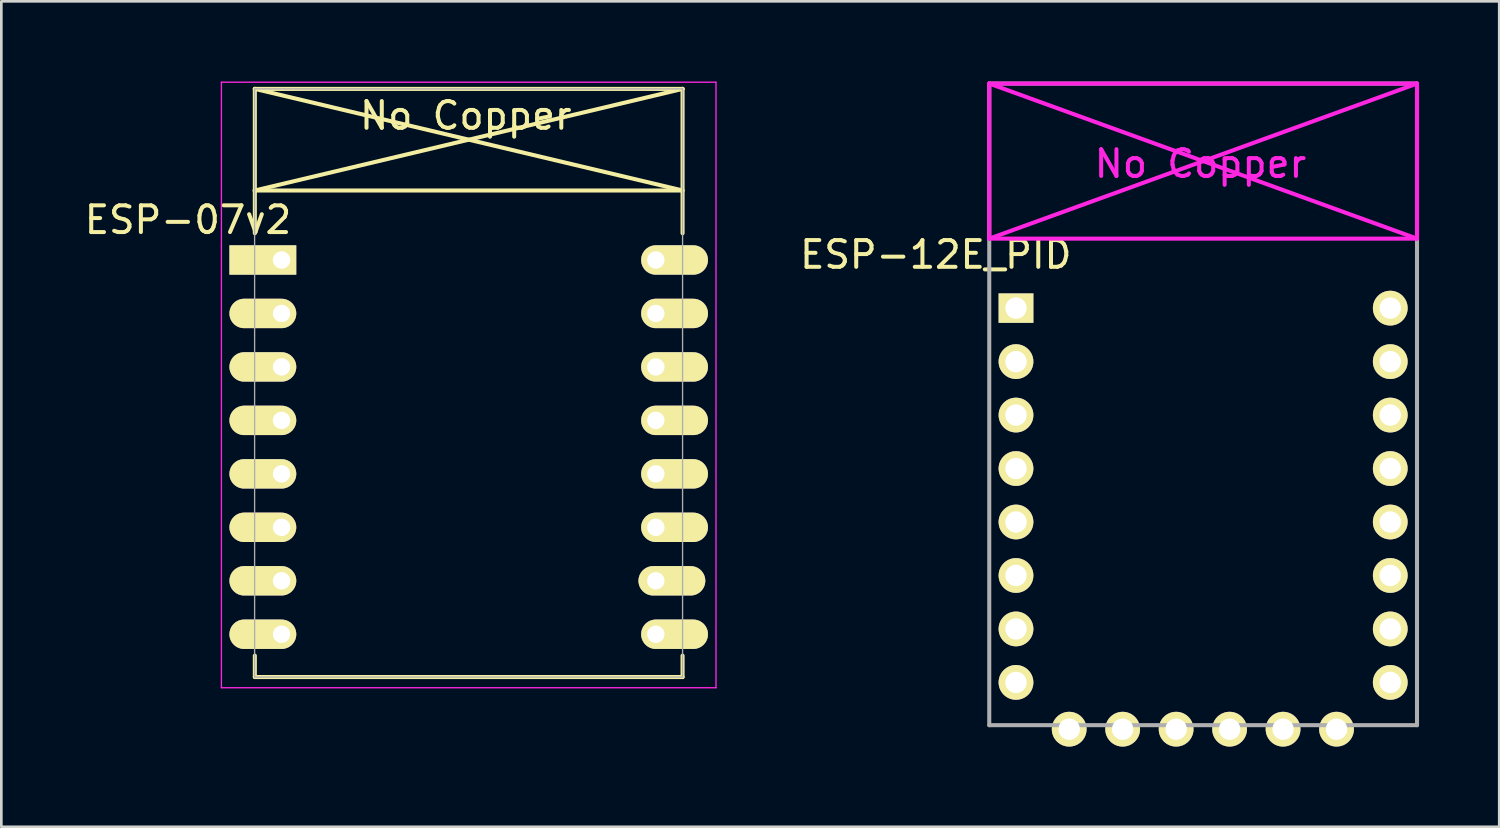
<source format=kicad_pcb>
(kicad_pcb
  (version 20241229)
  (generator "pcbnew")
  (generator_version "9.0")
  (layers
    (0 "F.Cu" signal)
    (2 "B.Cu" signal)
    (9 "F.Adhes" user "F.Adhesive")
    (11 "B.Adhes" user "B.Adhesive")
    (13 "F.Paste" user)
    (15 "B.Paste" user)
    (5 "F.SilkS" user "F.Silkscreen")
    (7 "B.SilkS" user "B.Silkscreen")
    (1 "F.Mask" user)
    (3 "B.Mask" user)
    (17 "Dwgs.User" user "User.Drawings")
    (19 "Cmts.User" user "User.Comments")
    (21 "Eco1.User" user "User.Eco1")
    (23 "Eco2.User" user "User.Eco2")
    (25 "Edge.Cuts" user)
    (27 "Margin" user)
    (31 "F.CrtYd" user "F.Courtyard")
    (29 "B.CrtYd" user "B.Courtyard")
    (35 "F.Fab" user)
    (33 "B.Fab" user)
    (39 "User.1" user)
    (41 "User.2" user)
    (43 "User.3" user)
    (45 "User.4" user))
  (footprint "ESP-12E_PID"
    (layer "F.Cu")
    (at 33.954 8.476)
    (property "Reference" "ESP-12E_PID" (at -2 -2 0) (layer "F.SilkS") (effects (font (size 1 1) (thickness 0.15))))
    (attr through_hole)
    (fp_line (start 0 -8.4) (end 0 -2.6) (stroke (width 0.152) (type solid)) (layer "F.CrtYd"))
    (fp_line (start 0 -8.4) (end 16 -2.6) (stroke (width 0.152) (type solid)) (layer "F.CrtYd"))
    (fp_line (start 0 -2.6) (end 16 -2.6) (stroke (width 0.152) (type solid)) (layer "F.CrtYd"))
    (fp_line (start 16 -8.4) (end 0 -8.4) (stroke (width 0.152) (type solid)) (layer "F.CrtYd"))
    (fp_line (start 16 -8.4) (end 0 -2.6) (stroke (width 0.152) (type solid)) (layer "F.CrtYd"))
    (fp_line (start 16 -2.6) (end 16 -8.4) (stroke (width 0.152) (type solid)) (layer "F.CrtYd"))
    (fp_line (start 0 -8.4) (end 16 -8.4) (stroke (width 0.152) (type solid)) (layer "F.Fab"))
    (fp_line (start 0 15.6) (end 0 -8.4) (stroke (width 0.152) (type solid)) (layer "F.Fab"))
    (fp_line (start 16 -8.4) (end 16 15.6) (stroke (width 0.152) (type solid)) (layer "F.Fab"))
    (fp_line (start 16 15.6) (end 0 15.6) (stroke (width 0.152) (type solid)) (layer "F.Fab"))
    (fp_text user "No Copper" (at 7.9 -5.4 0) (layer "F.CrtYd") (effects (font (size 1 1) (thickness 0.15))))
    (pad "1" thru_hole rect (at 1 0) (size 1.3 1.1) (drill 0.8) (layers "*.Cu" "*.Mask" "F.SilkS"))
    (pad "2" thru_hole circle (at 1 2) (size 1.3 1.3) (drill 0.8) (layers "*.Cu" "*.Mask" "F.SilkS"))
    (pad "3" thru_hole circle (at 1 4) (size 1.3 1.3) (drill 0.8) (layers "*.Cu" "*.Mask" "F.SilkS"))
    (pad "4" thru_hole circle (at 1 6) (size 1.3 1.3) (drill 0.8) (layers "*.Cu" "*.Mask" "F.SilkS"))
    (pad "5" thru_hole circle (at 1 8) (size 1.3 1.3) (drill 0.8) (layers "*.Cu" "*.Mask" "F.SilkS"))
    (pad "6" thru_hole circle (at 1 10) (size 1.3 1.3) (drill 0.8) (layers "*.Cu" "*.Mask" "F.SilkS"))
    (pad "7" thru_hole circle (at 1 12) (size 1.3 1.3) (drill 0.8) (layers "*.Cu" "*.Mask" "F.SilkS"))
    (pad "8" thru_hole circle (at 1 14) (size 1.3 1.3) (drill 0.8) (layers "*.Cu" "*.Mask" "F.SilkS"))
    (pad "9" thru_hole circle (at 2.99 15.75 90) (size 1.3 1.3) (drill 0.8) (layers "*.Cu" "*.Mask" "F.SilkS"))
    (pad "10" thru_hole circle (at 4.99 15.75 90) (size 1.3 1.3) (drill 0.8) (layers "*.Cu" "*.Mask" "F.SilkS"))
    (pad "11" thru_hole circle (at 6.99 15.75 90) (size 1.3 1.3) (drill 0.8) (layers "*.Cu" "*.Mask" "F.SilkS"))
    (pad "12" thru_hole circle (at 8.99 15.75 90) (size 1.3 1.3) (drill 0.8) (layers "*.Cu" "*.Mask" "F.SilkS"))
    (pad "13" thru_hole circle (at 10.99 15.75 90) (size 1.3 1.3) (drill 0.8) (layers "*.Cu" "*.Mask" "F.SilkS"))
    (pad "14" thru_hole circle (at 12.99 15.75 90) (size 1.3 1.3) (drill 0.8) (layers "*.Cu" "*.Mask" "F.SilkS"))
    (pad "15" thru_hole circle (at 15 14) (size 1.3 1.3) (drill 0.8) (layers "*.Cu" "*.Mask" "F.SilkS"))
    (pad "16" thru_hole circle (at 15 12) (size 1.3 1.3) (drill 0.8) (layers "*.Cu" "*.Mask" "F.SilkS"))
    (pad "17" thru_hole circle (at 15 10) (size 1.3 1.3) (drill 0.8) (layers "*.Cu" "*.Mask" "F.SilkS"))
    (pad "18" thru_hole circle (at 15 8) (size 1.3 1.3) (drill 0.8) (layers "*.Cu" "*.Mask" "F.SilkS"))
    (pad "19" thru_hole circle (at 15 6) (size 1.3 1.3) (drill 0.8) (layers "*.Cu" "*.Mask" "F.SilkS"))
    (pad "20" thru_hole circle (at 15 4) (size 1.3 1.3) (drill 0.8) (layers "*.Cu" "*.Mask" "F.SilkS"))
    (pad "21" thru_hole circle (at 15 2) (size 1.3 1.3) (drill 0.8) (layers "*.Cu" "*.Mask" "F.SilkS"))
    (pad "22" thru_hole circle (at 15 0) (size 1.3 1.3) (drill 0.8) (layers "*.Cu" "*.Mask" "F.SilkS")))
  (footprint "ESP-07v2"
    (layer "F.Cu")
    (at 7.482 6.675)
    (property "Reference" "ESP-07v2" (at -3.5 -1.5 0) (layer "F.SilkS") (effects (font (size 1 1) (thickness 0.15))))
    (attr through_hole)
    (fp_line (start -1.008 -2.6) (end 14.992 -2.6) (stroke (width 0.152) (type solid)) (layer "F.SilkS"))
    (fp_line (start -1 -6.4) (end -1 -1) (stroke (width 0.152) (type solid)) (layer "F.SilkS"))
    (fp_line (start -1 -6.4) (end 15 -6.4) (stroke (width 0.152) (type solid)) (layer "F.SilkS"))
    (fp_line (start -1 -6.4) (end 15 -2.6) (stroke (width 0.152) (type solid)) (layer "F.SilkS"))
    (fp_line (start -1 14.8) (end -1 15.6) (stroke (width 0.152) (type solid)) (layer "F.SilkS"))
    (fp_line (start -1 15.6) (end 15 15.6) (stroke (width 0.152) (type solid)) (layer "F.SilkS"))
    (fp_line (start 15 -6.4) (end -1 -2.6) (stroke (width 0.152) (type solid)) (layer "F.SilkS"))
    (fp_line (start 15 -6.4) (end 15 -1) (stroke (width 0.152) (type solid)) (layer "F.SilkS"))
    (fp_line (start 15 15.6) (end 15 14.8) (stroke (width 0.152) (type solid)) (layer "F.SilkS"))
    (fp_line (start -2.25 -6.65) (end 16.25 -6.65) (stroke (width 0.05) (type solid)) (layer "F.CrtYd"))
    (fp_line (start -2.25 -0.5) (end -2.25 -6.65) (stroke (width 0.05) (type solid)) (layer "F.CrtYd"))
    (fp_line (start -2.25 16) (end -2.25 -0.5) (stroke (width 0.05) (type solid)) (layer "F.CrtYd"))
    (fp_line (start 16.25 -6.65) (end 16.25 16) (stroke (width 0.05) (type solid)) (layer "F.CrtYd"))
    (fp_line (start 16.25 16) (end -2.25 16) (stroke (width 0.05) (type solid)) (layer "F.CrtYd"))
    (fp_line (start -1.008 15.6) (end -1.008 -6.4) (stroke (width 0.05) (type solid)) (layer "F.Fab"))
    (fp_line (start -1 -6.4) (end 15 -6.4) (stroke (width 0.05) (type solid)) (layer "F.Fab"))
    (fp_line (start 15 -6.4) (end 15 15.6) (stroke (width 0.05) (type solid)) (layer "F.Fab"))
    (fp_line (start 15 15.6) (end -1 15.6) (stroke (width 0.05) (type solid)) (layer "F.Fab"))
    (fp_text user "No Copper" (at 6.892 -5.4 0) (layer "F.SilkS") (effects (font (size 1 1) (thickness 0.15))))
    (pad "1" thru_hole rect (at 0 0) (size 2.5 1.1) (drill 0.65 (offset -0.7 0)) (layers "*.Cu" "*.Mask" "F.SilkS"))
    (pad "2" thru_hole oval (at 0 2) (size 2.5 1.1) (drill 0.65 (offset -0.7 0)) (layers "*.Cu" "*.Mask" "F.SilkS"))
    (pad "3" thru_hole oval (at 0 4) (size 2.5 1.1) (drill 0.65 (offset -0.7 0)) (layers "*.Cu" "*.Mask" "F.SilkS"))
    (pad "4" thru_hole oval (at 0 6) (size 2.5 1.1) (drill 0.65 (offset -0.7 0)) (layers "*.Cu" "*.Mask" "F.SilkS"))
    (pad "5" thru_hole oval (at 0 8) (size 2.5 1.1) (drill 0.65 (offset -0.7 0)) (layers "*.Cu" "*.Mask" "F.SilkS"))
    (pad "6" thru_hole oval (at 0 10) (size 2.5 1.1) (drill 0.65 (offset -0.7 0)) (layers "*.Cu" "*.Mask" "F.SilkS"))
    (pad "7" thru_hole oval (at 0 12) (size 2.5 1.1) (drill 0.65 (offset -0.7 0)) (layers "*.Cu" "*.Mask" "F.SilkS"))
    (pad "8" thru_hole oval (at 0 14) (size 2.5 1.1) (drill 0.65 (offset -0.7 0)) (layers "*.Cu" "*.Mask" "F.SilkS"))
    (pad "9" thru_hole oval (at 14 14) (size 2.5 1.1) (drill 0.65 (offset 0.7 0)) (layers "*.Cu" "*.Mask" "F.SilkS"))
    (pad "10" thru_hole oval (at 14 12) (size 2.5 1.1) (drill 0.65 (offset 0.6 0)) (layers "*.Cu" "*.Mask" "F.SilkS"))
    (pad "11" thru_hole oval (at 14 10) (size 2.5 1.1) (drill 0.65 (offset 0.7 0)) (layers "*.Cu" "*.Mask" "F.SilkS"))
    (pad "12" thru_hole oval (at 14 8) (size 2.5 1.1) (drill 0.65 (offset 0.7 0)) (layers "*.Cu" "*.Mask" "F.SilkS"))
    (pad "13" thru_hole oval (at 14 6) (size 2.5 1.1) (drill 0.65 (offset 0.7 0)) (layers "*.Cu" "*.Mask" "F.SilkS"))
    (pad "14" thru_hole oval (at 14 4) (size 2.5 1.1) (drill 0.65 (offset 0.7 0)) (layers "*.Cu" "*.Mask" "F.SilkS"))
    (pad "15" thru_hole oval (at 14 2) (size 2.5 1.1) (drill 0.65 (offset 0.7 0)) (layers "*.Cu" "*.Mask" "F.SilkS"))
    (pad "16" thru_hole oval (at 14 0) (size 2.5 1.1) (drill 0.65 (offset 0.7 0)) (layers "*.Cu" "*.Mask" "F.SilkS")))
  (gr_rect
    (start -3 -3)
    (end 53.03 27.876)
    (stroke (width 0.1) (type default))
    (fill no)
    (layer "Edge.Cuts")))
</source>
